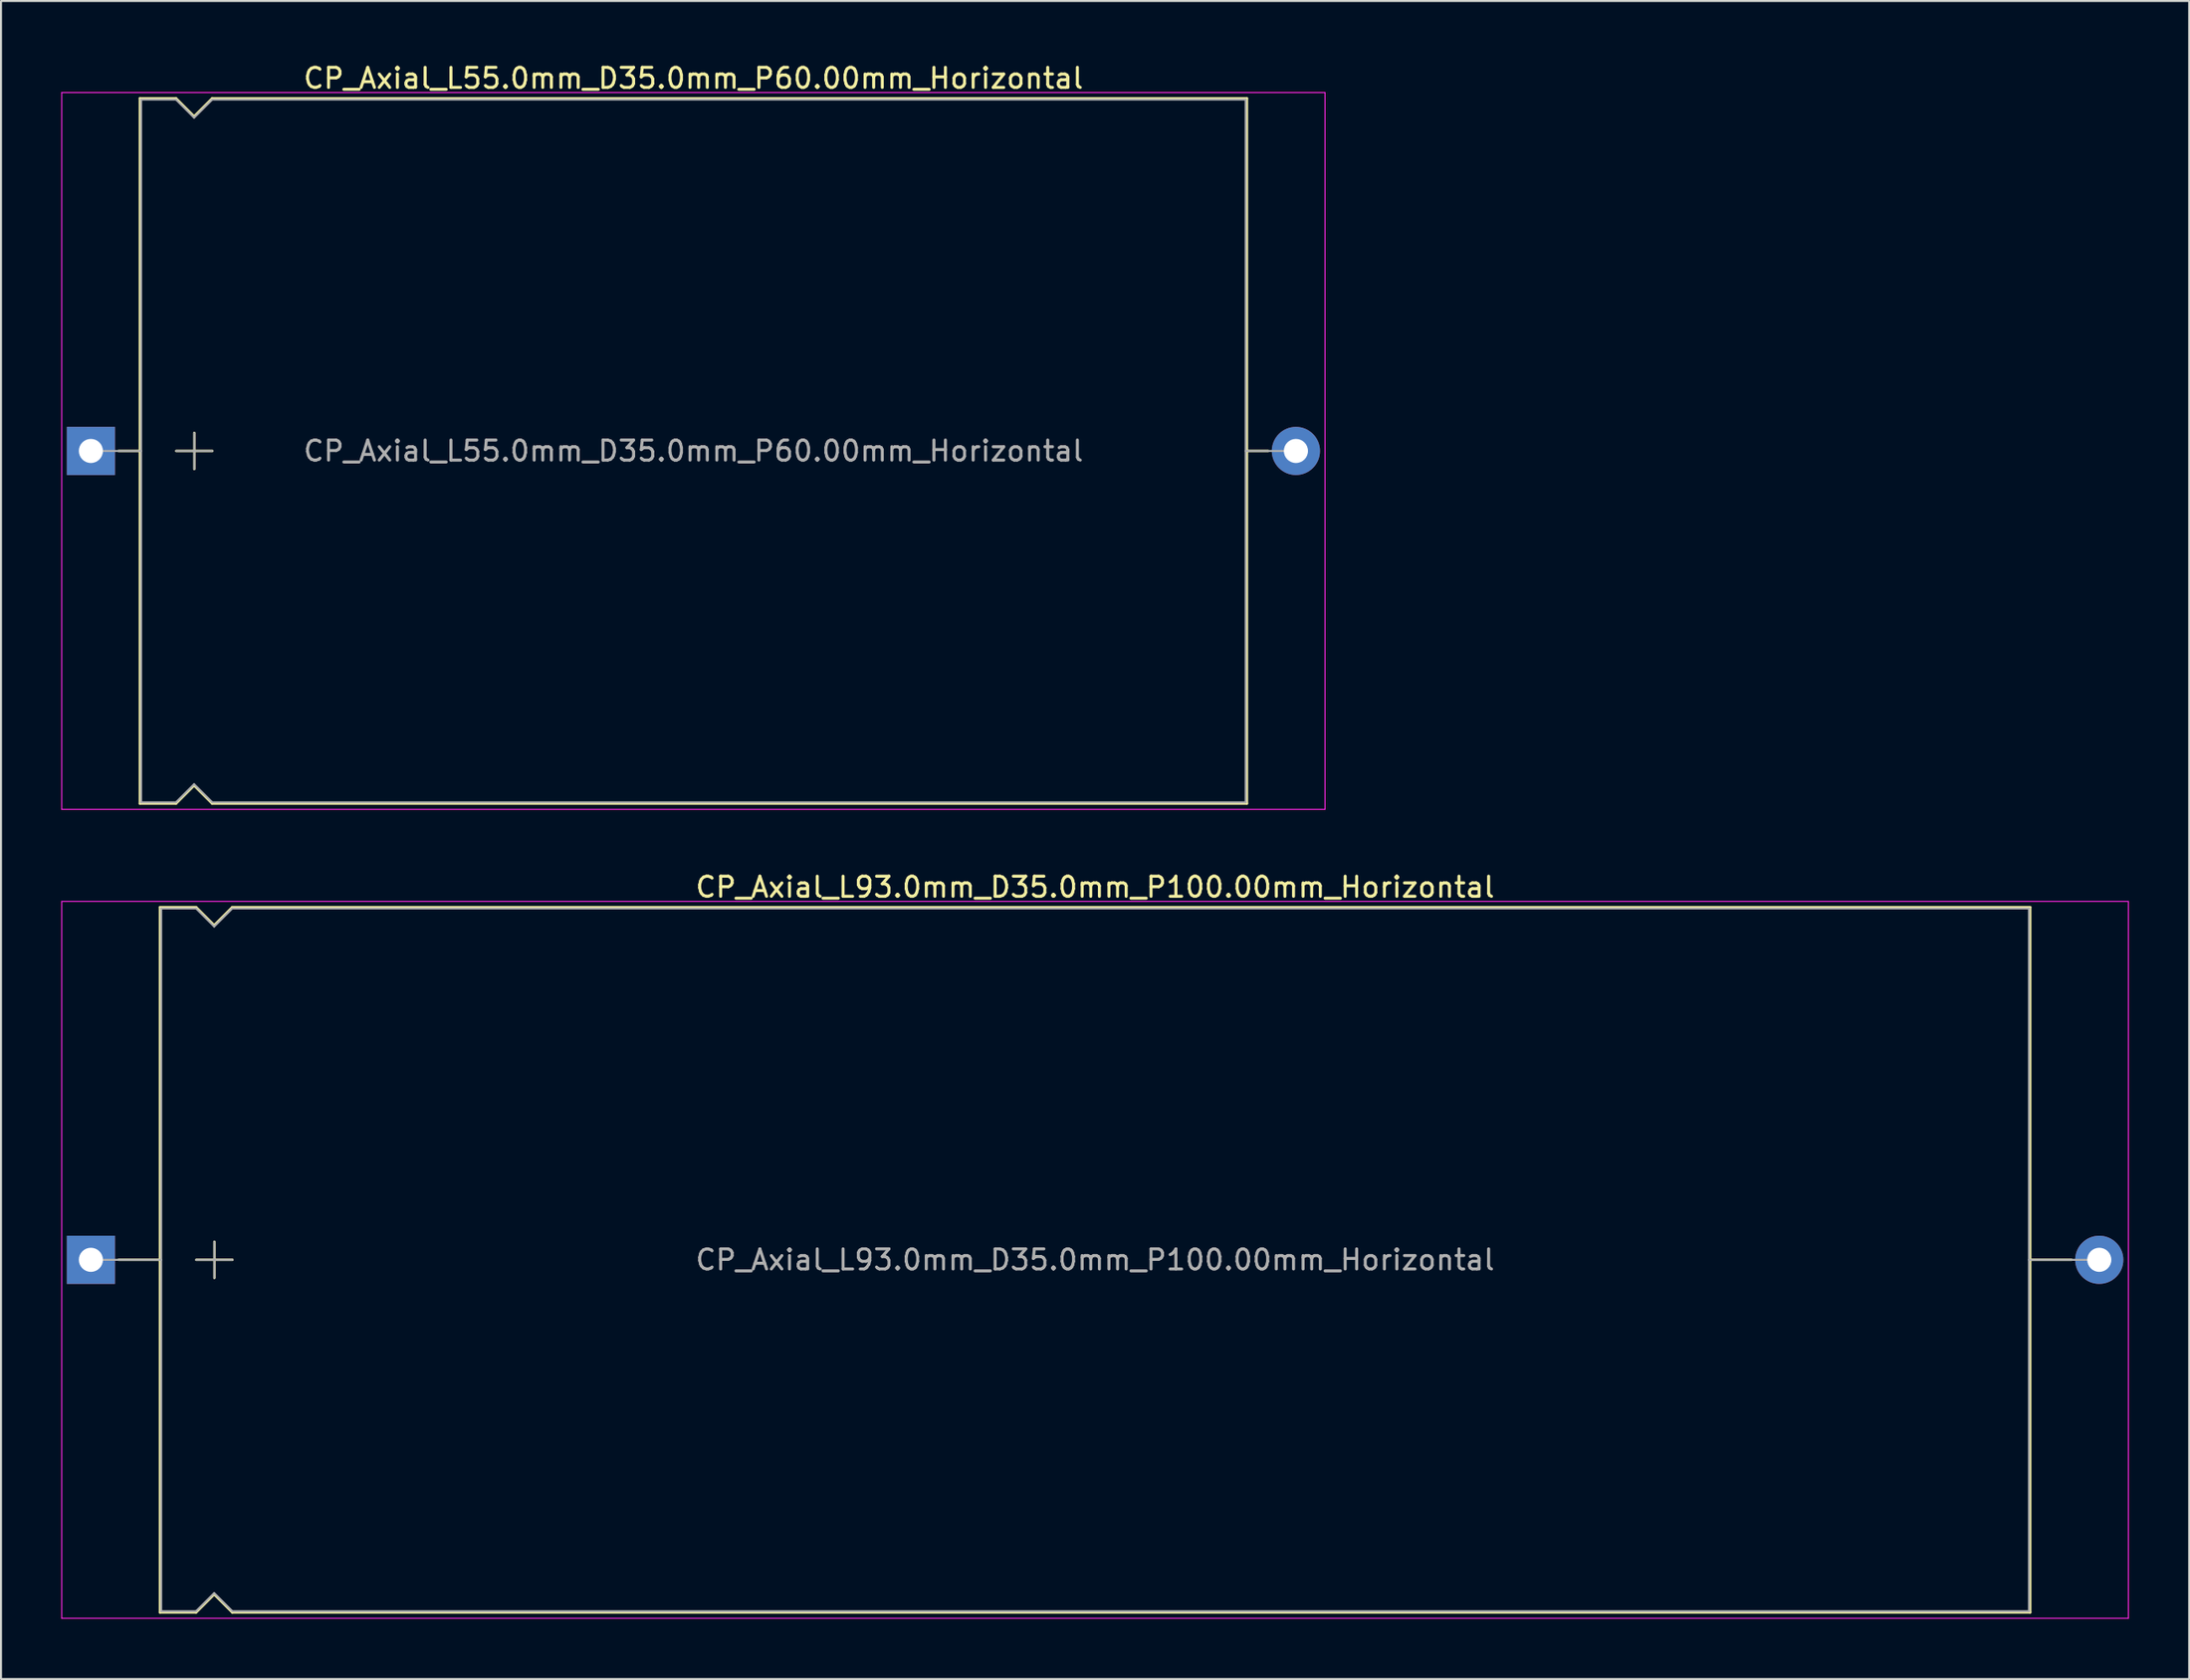
<source format=kicad_pcb>
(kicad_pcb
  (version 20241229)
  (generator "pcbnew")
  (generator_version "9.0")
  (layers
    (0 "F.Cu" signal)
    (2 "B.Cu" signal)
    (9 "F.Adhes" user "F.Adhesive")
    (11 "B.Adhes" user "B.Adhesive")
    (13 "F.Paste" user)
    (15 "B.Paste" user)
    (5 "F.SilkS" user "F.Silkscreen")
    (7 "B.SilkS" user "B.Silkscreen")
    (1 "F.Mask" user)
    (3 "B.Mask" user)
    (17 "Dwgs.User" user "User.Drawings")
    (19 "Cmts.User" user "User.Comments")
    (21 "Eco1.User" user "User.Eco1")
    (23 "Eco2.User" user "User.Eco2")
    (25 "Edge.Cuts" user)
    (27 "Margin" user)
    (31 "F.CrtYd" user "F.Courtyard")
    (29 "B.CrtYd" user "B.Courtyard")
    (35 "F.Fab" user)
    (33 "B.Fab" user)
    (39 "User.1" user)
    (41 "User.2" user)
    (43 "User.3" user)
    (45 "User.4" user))
  (footprint "CP_Axial_L55.0mm_D35.0mm_P60.00mm_Horizontal"
    (layer "F.Cu")
    (at 1.475 19.408)
    (property "Reference" "CP_Axial_L55.0mm_D35.0mm_P60.00mm_Horizontal" (at 30 -18.56 0) (layer "F.SilkS") (effects (font (size 1 1) (thickness 0.15))))
    (attr through_hole)
    (fp_line (start 1.38 0) (end 2.44 0) (stroke (width 0.12) (type solid)) (layer "F.SilkS"))
    (fp_line (start 2.44 -17.56) (end 2.44 17.56) (stroke (width 0.12) (type solid)) (layer "F.SilkS"))
    (fp_line (start 2.44 -17.56) (end 4.24 -17.56) (stroke (width 0.12) (type solid)) (layer "F.SilkS"))
    (fp_line (start 2.44 17.56) (end 4.24 17.56) (stroke (width 0.12) (type solid)) (layer "F.SilkS"))
    (fp_line (start 4.24 -17.56) (end 5.14 -16.66) (stroke (width 0.12) (type solid)) (layer "F.SilkS"))
    (fp_line (start 4.24 17.56) (end 5.14 16.66) (stroke (width 0.12) (type solid)) (layer "F.SilkS"))
    (fp_line (start 4.25 0) (end 6.05 0) (stroke (width 0.12) (type solid)) (layer "F.SilkS"))
    (fp_line (start 5.14 -16.66) (end 6.04 -17.56) (stroke (width 0.12) (type solid)) (layer "F.SilkS"))
    (fp_line (start 5.14 16.66) (end 6.04 17.56) (stroke (width 0.12) (type solid)) (layer "F.SilkS"))
    (fp_line (start 5.15 -0.9) (end 5.15 0.9) (stroke (width 0.12) (type solid)) (layer "F.SilkS"))
    (fp_line (start 6.04 -17.56) (end 57.56 -17.56) (stroke (width 0.12) (type solid)) (layer "F.SilkS"))
    (fp_line (start 6.04 17.56) (end 57.56 17.56) (stroke (width 0.12) (type solid)) (layer "F.SilkS"))
    (fp_line (start 57.56 -17.56) (end 57.56 17.56) (stroke (width 0.12) (type solid)) (layer "F.SilkS"))
    (fp_line (start 58.62 0) (end 57.56 0) (stroke (width 0.12) (type solid)) (layer "F.SilkS"))
    (fp_line (start -1.45 -17.85) (end -1.45 17.85) (stroke (width 0.05) (type solid)) (layer "F.CrtYd"))
    (fp_line (start -1.45 17.85) (end 61.45 17.85) (stroke (width 0.05) (type solid)) (layer "F.CrtYd"))
    (fp_line (start 61.45 -17.85) (end -1.45 -17.85) (stroke (width 0.05) (type solid)) (layer "F.CrtYd"))
    (fp_line (start 61.45 17.85) (end 61.45 -17.85) (stroke (width 0.05) (type solid)) (layer "F.CrtYd"))
    (fp_line (start 0 0) (end 2.5 0) (stroke (width 0.1) (type solid)) (layer "F.Fab"))
    (fp_line (start 2.5 -17.5) (end 2.5 17.5) (stroke (width 0.1) (type solid)) (layer "F.Fab"))
    (fp_line (start 2.5 -17.5) (end 4.24 -17.5) (stroke (width 0.1) (type solid)) (layer "F.Fab"))
    (fp_line (start 2.5 17.5) (end 4.24 17.5) (stroke (width 0.1) (type solid)) (layer "F.Fab"))
    (fp_line (start 4.24 -17.5) (end 5.14 -16.6) (stroke (width 0.1) (type solid)) (layer "F.Fab"))
    (fp_line (start 4.24 17.5) (end 5.14 16.6) (stroke (width 0.1) (type solid)) (layer "F.Fab"))
    (fp_line (start 4.25 0) (end 6.05 0) (stroke (width 0.1) (type solid)) (layer "F.Fab"))
    (fp_line (start 5.14 -16.6) (end 6.04 -17.5) (stroke (width 0.1) (type solid)) (layer "F.Fab"))
    (fp_line (start 5.14 16.6) (end 6.04 17.5) (stroke (width 0.1) (type solid)) (layer "F.Fab"))
    (fp_line (start 5.15 -0.9) (end 5.15 0.9) (stroke (width 0.1) (type solid)) (layer "F.Fab"))
    (fp_line (start 6.04 -17.5) (end 57.5 -17.5) (stroke (width 0.1) (type solid)) (layer "F.Fab"))
    (fp_line (start 6.04 17.5) (end 57.5 17.5) (stroke (width 0.1) (type solid)) (layer "F.Fab"))
    (fp_line (start 57.5 -17.5) (end 57.5 17.5) (stroke (width 0.1) (type solid)) (layer "F.Fab"))
    (fp_line (start 60 0) (end 57.5 0) (stroke (width 0.1) (type solid)) (layer "F.Fab"))
    (fp_text user "${REFERENCE}" (at 30 0 0) (layer "F.Fab") (effects (font (size 1 1) (thickness 0.15))))
    (pad "1" thru_hole rect (at 0 0) (size 2.4 2.4) (drill 1.2) (layers "*.Cu" "*.Mask"))
    (pad "2" thru_hole oval (at 60 0) (size 2.4 2.4) (drill 1.2) (layers "*.Cu" "*.Mask")))
  (footprint "CP_Axial_L93.0mm_D35.0mm_P100.00mm_Horizontal"
    (layer "F.Cu")
    (at 1.475 59.691)
    (property "Reference" "CP_Axial_L93.0mm_D35.0mm_P100.00mm_Horizontal" (at 50 -18.56 0) (layer "F.SilkS") (effects (font (size 1 1) (thickness 0.15))))
    (attr through_hole)
    (fp_line (start 1.38 0) (end 3.44 0) (stroke (width 0.12) (type solid)) (layer "F.SilkS"))
    (fp_line (start 3.44 -17.56) (end 3.44 17.56) (stroke (width 0.12) (type solid)) (layer "F.SilkS"))
    (fp_line (start 3.44 -17.56) (end 5.24 -17.56) (stroke (width 0.12) (type solid)) (layer "F.SilkS"))
    (fp_line (start 3.44 17.56) (end 5.24 17.56) (stroke (width 0.12) (type solid)) (layer "F.SilkS"))
    (fp_line (start 5.24 -17.56) (end 6.14 -16.66) (stroke (width 0.12) (type solid)) (layer "F.SilkS"))
    (fp_line (start 5.24 17.56) (end 6.14 16.66) (stroke (width 0.12) (type solid)) (layer "F.SilkS"))
    (fp_line (start 5.25 0) (end 7.05 0) (stroke (width 0.12) (type solid)) (layer "F.SilkS"))
    (fp_line (start 6.14 -16.66) (end 7.04 -17.56) (stroke (width 0.12) (type solid)) (layer "F.SilkS"))
    (fp_line (start 6.14 16.66) (end 7.04 17.56) (stroke (width 0.12) (type solid)) (layer "F.SilkS"))
    (fp_line (start 6.15 -0.9) (end 6.15 0.9) (stroke (width 0.12) (type solid)) (layer "F.SilkS"))
    (fp_line (start 7.04 -17.56) (end 96.56 -17.56) (stroke (width 0.12) (type solid)) (layer "F.SilkS"))
    (fp_line (start 7.04 17.56) (end 96.56 17.56) (stroke (width 0.12) (type solid)) (layer "F.SilkS"))
    (fp_line (start 96.56 -17.56) (end 96.56 17.56) (stroke (width 0.12) (type solid)) (layer "F.SilkS"))
    (fp_line (start 98.62 0) (end 96.56 0) (stroke (width 0.12) (type solid)) (layer "F.SilkS"))
    (fp_line (start -1.45 -17.85) (end -1.45 17.85) (stroke (width 0.05) (type solid)) (layer "F.CrtYd"))
    (fp_line (start -1.45 17.85) (end 101.45 17.85) (stroke (width 0.05) (type solid)) (layer "F.CrtYd"))
    (fp_line (start 101.45 -17.85) (end -1.45 -17.85) (stroke (width 0.05) (type solid)) (layer "F.CrtYd"))
    (fp_line (start 101.45 17.85) (end 101.45 -17.85) (stroke (width 0.05) (type solid)) (layer "F.CrtYd"))
    (fp_line (start 0 0) (end 3.5 0) (stroke (width 0.1) (type solid)) (layer "F.Fab"))
    (fp_line (start 3.5 -17.5) (end 3.5 17.5) (stroke (width 0.1) (type solid)) (layer "F.Fab"))
    (fp_line (start 3.5 -17.5) (end 5.24 -17.5) (stroke (width 0.1) (type solid)) (layer "F.Fab"))
    (fp_line (start 3.5 17.5) (end 5.24 17.5) (stroke (width 0.1) (type solid)) (layer "F.Fab"))
    (fp_line (start 5.24 -17.5) (end 6.14 -16.6) (stroke (width 0.1) (type solid)) (layer "F.Fab"))
    (fp_line (start 5.24 17.5) (end 6.14 16.6) (stroke (width 0.1) (type solid)) (layer "F.Fab"))
    (fp_line (start 5.25 0) (end 7.05 0) (stroke (width 0.1) (type solid)) (layer "F.Fab"))
    (fp_line (start 6.14 -16.6) (end 7.04 -17.5) (stroke (width 0.1) (type solid)) (layer "F.Fab"))
    (fp_line (start 6.14 16.6) (end 7.04 17.5) (stroke (width 0.1) (type solid)) (layer "F.Fab"))
    (fp_line (start 6.15 -0.9) (end 6.15 0.9) (stroke (width 0.1) (type solid)) (layer "F.Fab"))
    (fp_line (start 7.04 -17.5) (end 96.5 -17.5) (stroke (width 0.1) (type solid)) (layer "F.Fab"))
    (fp_line (start 7.04 17.5) (end 96.5 17.5) (stroke (width 0.1) (type solid)) (layer "F.Fab"))
    (fp_line (start 96.5 -17.5) (end 96.5 17.5) (stroke (width 0.1) (type solid)) (layer "F.Fab"))
    (fp_line (start 100 0) (end 96.5 0) (stroke (width 0.1) (type solid)) (layer "F.Fab"))
    (fp_text user "${REFERENCE}" (at 50 0 0) (layer "F.Fab") (effects (font (size 1 1) (thickness 0.15))))
    (pad "1" thru_hole rect (at 0 0) (size 2.4 2.4) (drill 1.2) (layers "*.Cu" "*.Mask"))
    (pad "2" thru_hole oval (at 100 0) (size 2.4 2.4) (drill 1.2) (layers "*.Cu" "*.Mask")))
  (gr_rect
    (start -3 -3)
    (end 105.95 80.567)
    (stroke (width 0.1) (type default))
    (fill no)
    (layer "Edge.Cuts")))
</source>
